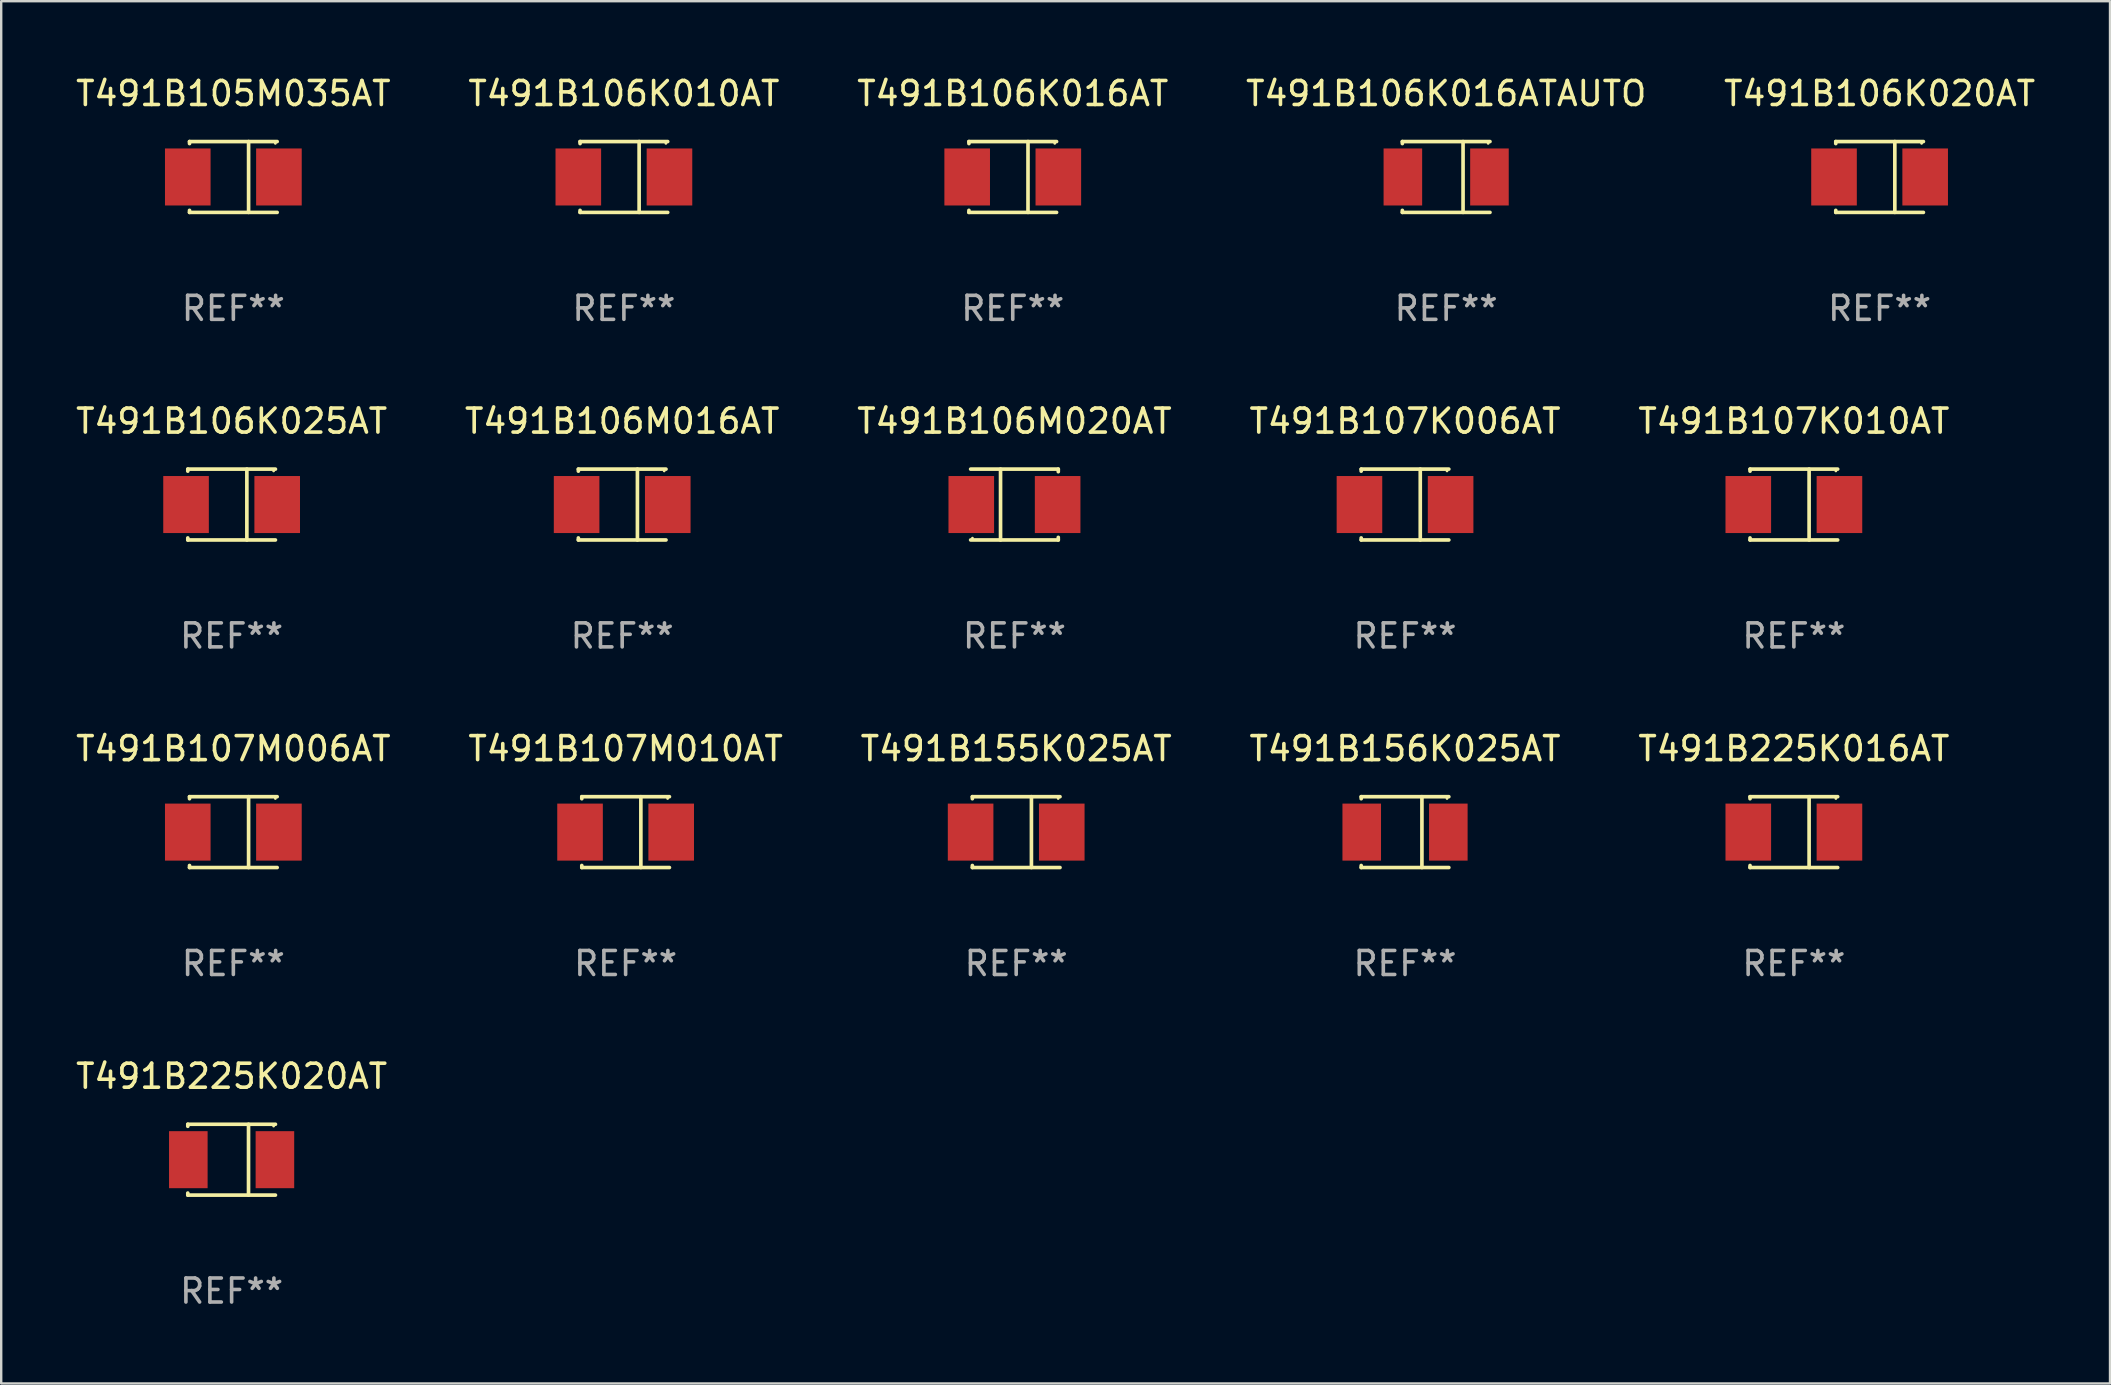
<source format=kicad_pcb>
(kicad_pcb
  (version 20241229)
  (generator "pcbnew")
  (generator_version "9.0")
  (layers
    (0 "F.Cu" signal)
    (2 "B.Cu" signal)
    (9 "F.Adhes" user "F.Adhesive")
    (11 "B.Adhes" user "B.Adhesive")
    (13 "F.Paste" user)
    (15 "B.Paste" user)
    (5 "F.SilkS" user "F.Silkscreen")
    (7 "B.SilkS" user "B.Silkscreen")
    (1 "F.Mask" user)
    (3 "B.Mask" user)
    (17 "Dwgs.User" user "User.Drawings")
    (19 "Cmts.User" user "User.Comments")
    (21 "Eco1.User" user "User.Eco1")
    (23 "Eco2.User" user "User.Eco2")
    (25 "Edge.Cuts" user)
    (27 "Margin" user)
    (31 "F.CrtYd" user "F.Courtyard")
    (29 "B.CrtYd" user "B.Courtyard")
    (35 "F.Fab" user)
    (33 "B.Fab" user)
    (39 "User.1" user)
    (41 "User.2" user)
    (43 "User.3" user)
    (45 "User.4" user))
  (footprint "T491B106K016ATAUTO"
    (layer "F.Cu")
    (at 57.208 4.324)
    (property "Reference" "T491B106K016ATAUTO" (at 0 -3.476 0) (layer "F.SilkS") (effects (font (size 1 1) (thickness 0.15))))
    (attr through_hole)
    (fp_line (start -1.826 -1.476) (end -1.826 -1.391) (stroke (width 0.152) (type solid)) (layer "F.SilkS"))
    (fp_line (start -1.826 -1.476) (end 1.826 -1.476) (stroke (width 0.152) (type solid)) (layer "F.SilkS"))
    (fp_line (start -1.826 1.476) (end -1.826 1.391) (stroke (width 0.152) (type solid)) (layer "F.SilkS"))
    (fp_line (start -1.826 1.476) (end 1.826 1.476) (stroke (width 0.152) (type solid)) (layer "F.SilkS"))
    (fp_line (start 0.704 -1.476) (end 0.704 1.476) (stroke (width 0.152) (type solid)) (layer "F.SilkS"))
    (fp_circle (center 1.75 -1.4) (end 1.78 -1.4) (stroke (width 0.06) (type solid)) (fill no) (layer "F.SilkS"))
    (fp_text user "REF**" (at 0 5.476 0) (layer "F.Fab") (effects (font (size 1 1) (thickness 0.15))))
    (pad "1" smd rect (at 1.804 0) (size 1.607 2.376) (layers "F.Cu" "F.Mask" "F.Paste"))
    (pad "2" smd rect (at -1.804 0) (size 1.607 2.376) (layers "F.Cu" "F.Mask" "F.Paste")))
  (footprint "T491B107K006AT"
    (layer "F.Cu")
    (at 55.494 17.973)
    (property "Reference" "T491B107K006AT" (at 0 -3.476 0) (layer "F.SilkS") (effects (font (size 1 1) (thickness 0.15))))
    (attr through_hole)
    (fp_line (start -1.826 -1.476) (end -1.826 -1.391) (stroke (width 0.152) (type solid)) (layer "F.SilkS"))
    (fp_line (start -1.826 -1.476) (end 1.826 -1.476) (stroke (width 0.152) (type solid)) (layer "F.SilkS"))
    (fp_line (start -1.826 1.476) (end -1.826 1.391) (stroke (width 0.152) (type solid)) (layer "F.SilkS"))
    (fp_line (start -1.826 1.476) (end 1.826 1.476) (stroke (width 0.152) (type solid)) (layer "F.SilkS"))
    (fp_line (start 0.635 -1.476) (end 0.635 1.476) (stroke (width 0.152) (type solid)) (layer "F.SilkS"))
    (fp_circle (center 1.75 -1.4) (end 1.78 -1.4) (stroke (width 0.06) (type solid)) (fill no) (layer "F.SilkS"))
    (fp_text user "REF**" (at 0 5.476 0) (layer "F.Fab") (effects (font (size 1 1) (thickness 0.15))))
    (pad "1" smd rect (at 1.899 0) (size 1.9 2.376) (layers "F.Cu" "F.Mask" "F.Paste"))
    (pad "2" smd rect (at -1.899 0) (size 1.9 2.376) (layers "F.Cu" "F.Mask" "F.Paste")))
  (footprint "T491B107K010AT"
    (layer "F.Cu")
    (at 71.696 17.973)
    (property "Reference" "T491B107K010AT" (at 0 -3.476 0) (layer "F.SilkS") (effects (font (size 1 1) (thickness 0.15))))
    (attr through_hole)
    (fp_line (start -1.826 -1.476) (end -1.826 -1.391) (stroke (width 0.152) (type solid)) (layer "F.SilkS"))
    (fp_line (start -1.826 -1.476) (end 1.826 -1.476) (stroke (width 0.152) (type solid)) (layer "F.SilkS"))
    (fp_line (start -1.826 1.476) (end -1.826 1.391) (stroke (width 0.152) (type solid)) (layer "F.SilkS"))
    (fp_line (start -1.826 1.476) (end 1.826 1.476) (stroke (width 0.152) (type solid)) (layer "F.SilkS"))
    (fp_line (start 0.635 -1.476) (end 0.635 1.476) (stroke (width 0.152) (type solid)) (layer "F.SilkS"))
    (fp_circle (center 1.75 -1.4) (end 1.78 -1.4) (stroke (width 0.06) (type solid)) (fill no) (layer "F.SilkS"))
    (fp_text user "REF**" (at 0 5.476 0) (layer "F.Fab") (effects (font (size 1 1) (thickness 0.15))))
    (pad "1" smd rect (at 1.899 0) (size 1.9 2.376) (layers "F.Cu" "F.Mask" "F.Paste"))
    (pad "2" smd rect (at -1.899 0) (size 1.9 2.376) (layers "F.Cu" "F.Mask" "F.Paste")))
  (footprint "T491B225K020AT"
    (layer "F.Cu")
    (at 6.601 45.271)
    (property "Reference" "T491B225K020AT" (at 0 -3.476 0) (layer "F.SilkS") (effects (font (size 1 1) (thickness 0.15))))
    (attr through_hole)
    (fp_line (start -1.826 -1.476) (end -1.826 -1.391) (stroke (width 0.152) (type solid)) (layer "F.SilkS"))
    (fp_line (start -1.826 -1.476) (end 1.826 -1.476) (stroke (width 0.152) (type solid)) (layer "F.SilkS"))
    (fp_line (start -1.826 1.476) (end -1.826 1.391) (stroke (width 0.152) (type solid)) (layer "F.SilkS"))
    (fp_line (start -1.826 1.476) (end 1.826 1.476) (stroke (width 0.152) (type solid)) (layer "F.SilkS"))
    (fp_line (start 0.704 -1.476) (end 0.704 1.476) (stroke (width 0.152) (type solid)) (layer "F.SilkS"))
    (fp_circle (center 1.75 -1.4) (end 1.78 -1.4) (stroke (width 0.06) (type solid)) (fill no) (layer "F.SilkS"))
    (fp_text user "REF**" (at 0 5.476 0) (layer "F.Fab") (effects (font (size 1 1) (thickness 0.15))))
    (pad "1" smd rect (at 1.804 0) (size 1.607 2.376) (layers "F.Cu" "F.Mask" "F.Paste"))
    (pad "2" smd rect (at -1.804 0) (size 1.607 2.376) (layers "F.Cu" "F.Mask" "F.Paste")))
  (footprint "T491B105M035AT"
    (layer "F.Cu")
    (at 6.673 4.324)
    (property "Reference" "T491B105M035AT" (at 0 -3.476 0) (layer "F.SilkS") (effects (font (size 1 1) (thickness 0.15))))
    (attr through_hole)
    (fp_line (start -1.826 -1.476) (end -1.826 -1.391) (stroke (width 0.152) (type solid)) (layer "F.SilkS"))
    (fp_line (start -1.826 -1.476) (end 1.826 -1.476) (stroke (width 0.152) (type solid)) (layer "F.SilkS"))
    (fp_line (start -1.826 1.476) (end -1.826 1.391) (stroke (width 0.152) (type solid)) (layer "F.SilkS"))
    (fp_line (start -1.826 1.476) (end 1.826 1.476) (stroke (width 0.152) (type solid)) (layer "F.SilkS"))
    (fp_line (start 0.635 -1.476) (end 0.635 1.476) (stroke (width 0.152) (type solid)) (layer "F.SilkS"))
    (fp_circle (center 1.75 -1.4) (end 1.78 -1.4) (stroke (width 0.06) (type solid)) (fill no) (layer "F.SilkS"))
    (fp_text user "REF**" (at 0 5.476 0) (layer "F.Fab") (effects (font (size 1 1) (thickness 0.15))))
    (pad "1" smd rect (at 1.899 0) (size 1.9 2.376) (layers "F.Cu" "F.Mask" "F.Paste"))
    (pad "2" smd rect (at -1.899 0) (size 1.9 2.376) (layers "F.Cu" "F.Mask" "F.Paste")))
  (footprint "T491B106K025AT"
    (layer "F.Cu")
    (at 6.601 17.973)
    (property "Reference" "T491B106K025AT" (at 0 -3.476 0) (layer "F.SilkS") (effects (font (size 1 1) (thickness 0.15))))
    (attr through_hole)
    (fp_line (start -1.826 -1.476) (end -1.826 -1.391) (stroke (width 0.152) (type solid)) (layer "F.SilkS"))
    (fp_line (start -1.826 -1.476) (end 1.826 -1.476) (stroke (width 0.152) (type solid)) (layer "F.SilkS"))
    (fp_line (start -1.826 1.476) (end -1.826 1.391) (stroke (width 0.152) (type solid)) (layer "F.SilkS"))
    (fp_line (start -1.826 1.476) (end 1.826 1.476) (stroke (width 0.152) (type solid)) (layer "F.SilkS"))
    (fp_line (start 0.635 -1.476) (end 0.635 1.476) (stroke (width 0.152) (type solid)) (layer "F.SilkS"))
    (fp_circle (center 1.75 -1.4) (end 1.78 -1.4) (stroke (width 0.06) (type solid)) (fill no) (layer "F.SilkS"))
    (fp_text user "REF**" (at 0 5.476 0) (layer "F.Fab") (effects (font (size 1 1) (thickness 0.15))))
    (pad "1" smd rect (at 1.899 0) (size 1.9 2.376) (layers "F.Cu" "F.Mask" "F.Paste"))
    (pad "2" smd rect (at -1.899 0) (size 1.9 2.376) (layers "F.Cu" "F.Mask" "F.Paste")))
  (footprint "T491B106M020AT"
    (layer "F.Cu")
    (at 39.22 17.973)
    (property "Reference" "T491B106M020AT" (at 0 -3.476 0) (layer "F.SilkS") (effects (font (size 1 1) (thickness 0.15))))
    (attr through_hole)
    (fp_line (start -1.826 -1.476) (end 1.826 -1.476) (stroke (width 0.152) (type solid)) (layer "F.SilkS"))
    (fp_line (start -1.826 1.476) (end 1.826 1.476) (stroke (width 0.152) (type solid)) (layer "F.SilkS"))
    (fp_line (start -0.58 -1.476) (end -0.58 1.476) (stroke (width 0.152) (type solid)) (layer "F.SilkS"))
    (fp_line (start 1.826 -1.476) (end 1.826 -1.368) (stroke (width 0.152) (type solid)) (layer "F.SilkS"))
    (fp_line (start 1.826 1.368) (end 1.826 1.476) (stroke (width 0.152) (type solid)) (layer "F.SilkS"))
    (fp_circle (center -1.75 1.4) (end -1.72 1.4) (stroke (width 0.06) (type solid)) (fill no) (layer "F.SilkS"))
    (fp_text user "REF**" (at 0 5.476 0) (layer "F.Fab") (effects (font (size 1 1) (thickness 0.15))))
    (pad "1" smd rect (at -1.799 0) (size 1.9 2.376) (layers "F.Cu" "F.Mask" "F.Paste"))
    (pad "2" smd rect (at 1.799 0) (size 1.9 2.376) (layers "F.Cu" "F.Mask" "F.Paste")))
  (footprint "T491B106K010AT"
    (layer "F.Cu")
    (at 22.946 4.324)
    (property "Reference" "T491B106K010AT" (at 0 -3.476 0) (layer "F.SilkS") (effects (font (size 1 1) (thickness 0.15))))
    (attr through_hole)
    (fp_line (start -1.826 -1.476) (end -1.826 -1.391) (stroke (width 0.152) (type solid)) (layer "F.SilkS"))
    (fp_line (start -1.826 -1.476) (end 1.826 -1.476) (stroke (width 0.152) (type solid)) (layer "F.SilkS"))
    (fp_line (start -1.826 1.476) (end -1.826 1.391) (stroke (width 0.152) (type solid)) (layer "F.SilkS"))
    (fp_line (start -1.826 1.476) (end 1.826 1.476) (stroke (width 0.152) (type solid)) (layer "F.SilkS"))
    (fp_line (start 0.635 -1.476) (end 0.635 1.476) (stroke (width 0.152) (type solid)) (layer "F.SilkS"))
    (fp_circle (center 1.75 -1.4) (end 1.78 -1.4) (stroke (width 0.06) (type solid)) (fill no) (layer "F.SilkS"))
    (fp_text user "REF**" (at 0 5.476 0) (layer "F.Fab") (effects (font (size 1 1) (thickness 0.15))))
    (pad "1" smd rect (at 1.899 0) (size 1.9 2.376) (layers "F.Cu" "F.Mask" "F.Paste"))
    (pad "2" smd rect (at -1.899 0) (size 1.9 2.376) (layers "F.Cu" "F.Mask" "F.Paste")))
  (footprint "T491B155K025AT"
    (layer "F.Cu")
    (at 39.292 31.622)
    (property "Reference" "T491B155K025AT" (at 0 -3.476 0) (layer "F.SilkS") (effects (font (size 1 1) (thickness 0.15))))
    (attr through_hole)
    (fp_line (start -1.826 -1.476) (end -1.826 -1.391) (stroke (width 0.152) (type solid)) (layer "F.SilkS"))
    (fp_line (start -1.826 -1.476) (end 1.826 -1.476) (stroke (width 0.152) (type solid)) (layer "F.SilkS"))
    (fp_line (start -1.826 1.476) (end -1.826 1.391) (stroke (width 0.152) (type solid)) (layer "F.SilkS"))
    (fp_line (start -1.826 1.476) (end 1.826 1.476) (stroke (width 0.152) (type solid)) (layer "F.SilkS"))
    (fp_line (start 0.635 -1.476) (end 0.635 1.476) (stroke (width 0.152) (type solid)) (layer "F.SilkS"))
    (fp_circle (center 1.75 -1.4) (end 1.78 -1.4) (stroke (width 0.06) (type solid)) (fill no) (layer "F.SilkS"))
    (fp_text user "REF**" (at 0 5.476 0) (layer "F.Fab") (effects (font (size 1 1) (thickness 0.15))))
    (pad "1" smd rect (at 1.899 0) (size 1.9 2.376) (layers "F.Cu" "F.Mask" "F.Paste"))
    (pad "2" smd rect (at -1.899 0) (size 1.9 2.376) (layers "F.Cu" "F.Mask" "F.Paste")))
  (footprint "T491B156K025AT"
    (layer "F.Cu")
    (at 55.494 31.622)
    (property "Reference" "T491B156K025AT" (at 0 -3.476 0) (layer "F.SilkS") (effects (font (size 1 1) (thickness 0.15))))
    (attr through_hole)
    (fp_line (start -1.826 -1.476) (end -1.826 -1.391) (stroke (width 0.152) (type solid)) (layer "F.SilkS"))
    (fp_line (start -1.826 -1.476) (end 1.826 -1.476) (stroke (width 0.152) (type solid)) (layer "F.SilkS"))
    (fp_line (start -1.826 1.476) (end -1.826 1.391) (stroke (width 0.152) (type solid)) (layer "F.SilkS"))
    (fp_line (start -1.826 1.476) (end 1.826 1.476) (stroke (width 0.152) (type solid)) (layer "F.SilkS"))
    (fp_line (start 0.704 -1.476) (end 0.704 1.476) (stroke (width 0.152) (type solid)) (layer "F.SilkS"))
    (fp_circle (center 1.75 -1.4) (end 1.78 -1.4) (stroke (width 0.06) (type solid)) (fill no) (layer "F.SilkS"))
    (fp_text user "REF**" (at 0 5.476 0) (layer "F.Fab") (effects (font (size 1 1) (thickness 0.15))))
    (pad "1" smd rect (at 1.804 0) (size 1.607 2.376) (layers "F.Cu" "F.Mask" "F.Paste"))
    (pad "2" smd rect (at -1.804 0) (size 1.607 2.376) (layers "F.Cu" "F.Mask" "F.Paste")))
  (footprint "T491B225K016AT"
    (layer "F.Cu")
    (at 71.696 31.622)
    (property "Reference" "T491B225K016AT" (at 0 -3.476 0) (layer "F.SilkS") (effects (font (size 1 1) (thickness 0.15))))
    (attr through_hole)
    (fp_line (start -1.826 -1.476) (end -1.826 -1.391) (stroke (width 0.152) (type solid)) (layer "F.SilkS"))
    (fp_line (start -1.826 -1.476) (end 1.826 -1.476) (stroke (width 0.152) (type solid)) (layer "F.SilkS"))
    (fp_line (start -1.826 1.476) (end -1.826 1.391) (stroke (width 0.152) (type solid)) (layer "F.SilkS"))
    (fp_line (start -1.826 1.476) (end 1.826 1.476) (stroke (width 0.152) (type solid)) (layer "F.SilkS"))
    (fp_line (start 0.635 -1.476) (end 0.635 1.476) (stroke (width 0.152) (type solid)) (layer "F.SilkS"))
    (fp_circle (center 1.75 -1.4) (end 1.78 -1.4) (stroke (width 0.06) (type solid)) (fill no) (layer "F.SilkS"))
    (fp_text user "REF**" (at 0 5.476 0) (layer "F.Fab") (effects (font (size 1 1) (thickness 0.15))))
    (pad "1" smd rect (at 1.899 0) (size 1.9 2.376) (layers "F.Cu" "F.Mask" "F.Paste"))
    (pad "2" smd rect (at -1.899 0) (size 1.9 2.376) (layers "F.Cu" "F.Mask" "F.Paste")))
  (footprint "T491B107M010AT"
    (layer "F.Cu")
    (at 23.018 31.622)
    (property "Reference" "T491B107M010AT" (at 0 -3.476 0) (layer "F.SilkS") (effects (font (size 1 1) (thickness 0.15))))
    (attr through_hole)
    (fp_line (start -1.826 -1.476) (end -1.826 -1.391) (stroke (width 0.152) (type solid)) (layer "F.SilkS"))
    (fp_line (start -1.826 -1.476) (end 1.826 -1.476) (stroke (width 0.152) (type solid)) (layer "F.SilkS"))
    (fp_line (start -1.826 1.476) (end -1.826 1.391) (stroke (width 0.152) (type solid)) (layer "F.SilkS"))
    (fp_line (start -1.826 1.476) (end 1.826 1.476) (stroke (width 0.152) (type solid)) (layer "F.SilkS"))
    (fp_line (start 0.635 -1.476) (end 0.635 1.476) (stroke (width 0.152) (type solid)) (layer "F.SilkS"))
    (fp_circle (center 1.75 -1.4) (end 1.78 -1.4) (stroke (width 0.06) (type solid)) (fill no) (layer "F.SilkS"))
    (fp_text user "REF**" (at 0 5.476 0) (layer "F.Fab") (effects (font (size 1 1) (thickness 0.15))))
    (pad "1" smd rect (at 1.899 0) (size 1.9 2.376) (layers "F.Cu" "F.Mask" "F.Paste"))
    (pad "2" smd rect (at -1.899 0) (size 1.9 2.376) (layers "F.Cu" "F.Mask" "F.Paste")))
  (footprint "T491B107M006AT"
    (layer "F.Cu")
    (at 6.673 31.622)
    (property "Reference" "T491B107M006AT" (at 0 -3.476 0) (layer "F.SilkS") (effects (font (size 1 1) (thickness 0.15))))
    (attr through_hole)
    (fp_line (start -1.826 -1.476) (end -1.826 -1.391) (stroke (width 0.152) (type solid)) (layer "F.SilkS"))
    (fp_line (start -1.826 -1.476) (end 1.826 -1.476) (stroke (width 0.152) (type solid)) (layer "F.SilkS"))
    (fp_line (start -1.826 1.476) (end -1.826 1.391) (stroke (width 0.152) (type solid)) (layer "F.SilkS"))
    (fp_line (start -1.826 1.476) (end 1.826 1.476) (stroke (width 0.152) (type solid)) (layer "F.SilkS"))
    (fp_line (start 0.635 -1.476) (end 0.635 1.476) (stroke (width 0.152) (type solid)) (layer "F.SilkS"))
    (fp_circle (center 1.75 -1.4) (end 1.78 -1.4) (stroke (width 0.06) (type solid)) (fill no) (layer "F.SilkS"))
    (fp_text user "REF**" (at 0 5.476 0) (layer "F.Fab") (effects (font (size 1 1) (thickness 0.15))))
    (pad "1" smd rect (at 1.899 0) (size 1.9 2.376) (layers "F.Cu" "F.Mask" "F.Paste"))
    (pad "2" smd rect (at -1.899 0) (size 1.9 2.376) (layers "F.Cu" "F.Mask" "F.Paste")))
  (footprint "T491B106K020AT"
    (layer "F.Cu")
    (at 75.268 4.324)
    (property "Reference" "T491B106K020AT" (at 0 -3.476 0) (layer "F.SilkS") (effects (font (size 1 1) (thickness 0.15))))
    (attr through_hole)
    (fp_line (start -1.826 -1.476) (end -1.826 -1.391) (stroke (width 0.152) (type solid)) (layer "F.SilkS"))
    (fp_line (start -1.826 -1.476) (end 1.826 -1.476) (stroke (width 0.152) (type solid)) (layer "F.SilkS"))
    (fp_line (start -1.826 1.476) (end -1.826 1.391) (stroke (width 0.152) (type solid)) (layer "F.SilkS"))
    (fp_line (start -1.826 1.476) (end 1.826 1.476) (stroke (width 0.152) (type solid)) (layer "F.SilkS"))
    (fp_line (start 0.635 -1.476) (end 0.635 1.476) (stroke (width 0.152) (type solid)) (layer "F.SilkS"))
    (fp_circle (center 1.75 -1.4) (end 1.78 -1.4) (stroke (width 0.06) (type solid)) (fill no) (layer "F.SilkS"))
    (fp_text user "REF**" (at 0 5.476 0) (layer "F.Fab") (effects (font (size 1 1) (thickness 0.15))))
    (pad "1" smd rect (at 1.899 0) (size 1.9 2.376) (layers "F.Cu" "F.Mask" "F.Paste"))
    (pad "2" smd rect (at -1.899 0) (size 1.9 2.376) (layers "F.Cu" "F.Mask" "F.Paste")))
  (footprint "T491B106M016AT"
    (layer "F.Cu")
    (at 22.875 17.973)
    (property "Reference" "T491B106M016AT" (at 0 -3.476 0) (layer "F.SilkS") (effects (font (size 1 1) (thickness 0.15))))
    (attr through_hole)
    (fp_line (start -1.826 -1.476) (end -1.826 -1.391) (stroke (width 0.152) (type solid)) (layer "F.SilkS"))
    (fp_line (start -1.826 -1.476) (end 1.826 -1.476) (stroke (width 0.152) (type solid)) (layer "F.SilkS"))
    (fp_line (start -1.826 1.476) (end -1.826 1.391) (stroke (width 0.152) (type solid)) (layer "F.SilkS"))
    (fp_line (start -1.826 1.476) (end 1.826 1.476) (stroke (width 0.152) (type solid)) (layer "F.SilkS"))
    (fp_line (start 0.635 -1.476) (end 0.635 1.476) (stroke (width 0.152) (type solid)) (layer "F.SilkS"))
    (fp_circle (center 1.75 -1.4) (end 1.78 -1.4) (stroke (width 0.06) (type solid)) (fill no) (layer "F.SilkS"))
    (fp_text user "REF**" (at 0 5.476 0) (layer "F.Fab") (effects (font (size 1 1) (thickness 0.15))))
    (pad "1" smd rect (at 1.899 0) (size 1.9 2.376) (layers "F.Cu" "F.Mask" "F.Paste"))
    (pad "2" smd rect (at -1.899 0) (size 1.9 2.376) (layers "F.Cu" "F.Mask" "F.Paste")))
  (footprint "T491B106K016AT"
    (layer "F.Cu")
    (at 39.149 4.324)
    (property "Reference" "T491B106K016AT" (at 0 -3.476 0) (layer "F.SilkS") (effects (font (size 1 1) (thickness 0.15))))
    (attr through_hole)
    (fp_line (start -1.826 -1.476) (end -1.826 -1.391) (stroke (width 0.152) (type solid)) (layer "F.SilkS"))
    (fp_line (start -1.826 -1.476) (end 1.826 -1.476) (stroke (width 0.152) (type solid)) (layer "F.SilkS"))
    (fp_line (start -1.826 1.476) (end -1.826 1.391) (stroke (width 0.152) (type solid)) (layer "F.SilkS"))
    (fp_line (start -1.826 1.476) (end 1.826 1.476) (stroke (width 0.152) (type solid)) (layer "F.SilkS"))
    (fp_line (start 0.635 -1.476) (end 0.635 1.476) (stroke (width 0.152) (type solid)) (layer "F.SilkS"))
    (fp_circle (center 1.75 -1.4) (end 1.78 -1.4) (stroke (width 0.06) (type solid)) (fill no) (layer "F.SilkS"))
    (fp_text user "REF**" (at 0 5.476 0) (layer "F.Fab") (effects (font (size 1 1) (thickness 0.15))))
    (pad "1" smd rect (at 1.899 0) (size 1.9 2.376) (layers "F.Cu" "F.Mask" "F.Paste"))
    (pad "2" smd rect (at -1.899 0) (size 1.9 2.376) (layers "F.Cu" "F.Mask" "F.Paste")))
  (gr_rect
    (start -3 -3)
    (end 84.869 54.596)
    (stroke (width 0.1) (type default))
    (fill no)
    (layer "Edge.Cuts")))
</source>
